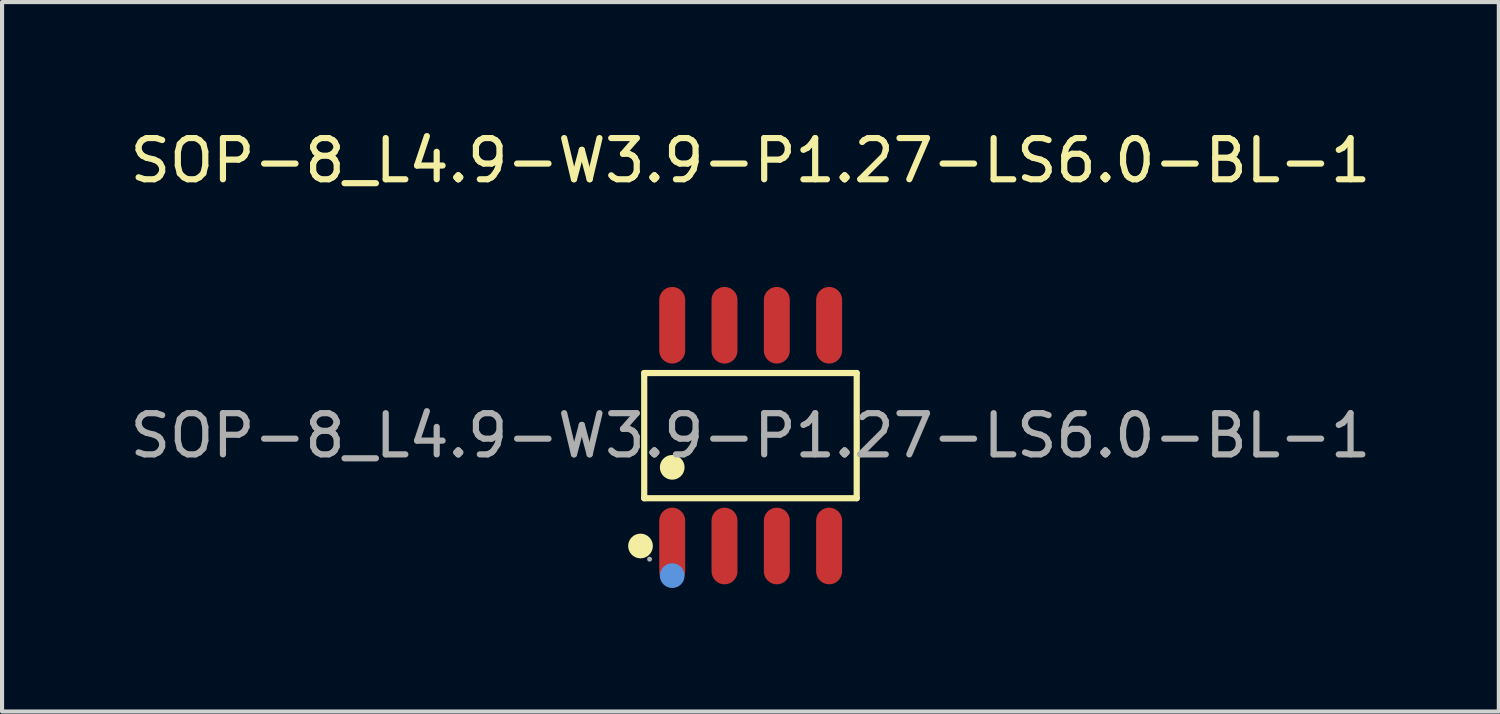
<source format=kicad_pcb>
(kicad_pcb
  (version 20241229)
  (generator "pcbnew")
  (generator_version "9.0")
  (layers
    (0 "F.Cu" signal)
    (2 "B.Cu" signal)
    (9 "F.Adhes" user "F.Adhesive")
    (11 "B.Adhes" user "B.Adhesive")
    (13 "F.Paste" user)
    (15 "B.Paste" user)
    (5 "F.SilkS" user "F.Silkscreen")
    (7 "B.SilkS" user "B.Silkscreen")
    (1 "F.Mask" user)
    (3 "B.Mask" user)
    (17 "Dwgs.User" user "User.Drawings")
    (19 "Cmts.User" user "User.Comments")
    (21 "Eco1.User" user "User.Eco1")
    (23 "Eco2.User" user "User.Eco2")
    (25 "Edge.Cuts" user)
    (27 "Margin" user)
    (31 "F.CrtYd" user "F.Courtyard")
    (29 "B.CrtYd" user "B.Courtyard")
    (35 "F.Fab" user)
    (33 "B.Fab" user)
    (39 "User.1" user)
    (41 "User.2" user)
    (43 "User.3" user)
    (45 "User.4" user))
  (footprint "SOP-8_L4.9-W3.9-P1.27-LS6.0-BL-1"
    (layer "F.Cu")
    (at 15.173 7.528)
    (property "Reference" "SOP-8_L4.9-W3.9-P1.27-LS6.0-BL-1" (at 0 -6.68 0) (layer "F.SilkS") (effects (font (size 1 1) (thickness 0.15))))
    (attr smd)
    (fp_line (start -2.58 -1.52) (end 2.58 -1.52) (stroke (width 0.15) (type solid)) (layer "F.SilkS"))
    (fp_line (start -2.58 1.52) (end -2.58 -1.52) (stroke (width 0.15) (type solid)) (layer "F.SilkS"))
    (fp_line (start 2.58 -1.52) (end 2.58 1.52) (stroke (width 0.15) (type solid)) (layer "F.SilkS"))
    (fp_line (start 2.58 1.52) (end -2.58 1.52) (stroke (width 0.15) (type solid)) (layer "F.SilkS"))
    (fp_circle (center -2.67 2.68) (end -2.52 2.68) (stroke (width 0.3) (type solid)) (fill no) (layer "F.SilkS"))
    (fp_circle (center -1.9 0.77) (end -1.75 0.77) (stroke (width 0.3) (type solid)) (fill no) (layer "F.SilkS"))
    (fp_circle (center -1.9 3.4) (end -1.75 3.4) (stroke (width 0.3) (type solid)) (fill no) (layer "Cmts.User"))
    (fp_circle (center -2.45 3) (end -2.42 3) (stroke (width 0.06) (type solid)) (fill no) (layer "F.Fab"))
    (fp_text user "${REFERENCE}" (at 0 0 0) (layer "F.Fab") (effects (font (size 1 1) (thickness 0.15))))
    (pad "1" smd oval (at -1.9 2.68) (size 0.63 1.86) (layers "F.Cu" "F.Mask" "F.Paste"))
    (pad "2" smd oval (at -0.63 2.68) (size 0.63 1.86) (layers "F.Cu" "F.Mask" "F.Paste"))
    (pad "3" smd oval (at 0.64 2.68) (size 0.63 1.86) (layers "F.Cu" "F.Mask" "F.Paste"))
    (pad "4" smd oval (at 1.91 2.68) (size 0.63 1.86) (layers "F.Cu" "F.Mask" "F.Paste"))
    (pad "5" smd oval (at 1.91 -2.68) (size 0.63 1.86) (layers "F.Cu" "F.Mask" "F.Paste"))
    (pad "6" smd oval (at 0.64 -2.68) (size 0.63 1.86) (layers "F.Cu" "F.Mask" "F.Paste"))
    (pad "7" smd oval (at -0.63 -2.68) (size 0.63 1.86) (layers "F.Cu" "F.Mask" "F.Paste"))
    (pad "8" smd oval (at -1.9 -2.68) (size 0.63 1.86) (layers "F.Cu" "F.Mask" "F.Paste")))
  (gr_rect
    (start -3 -3)
    (end 33.345 14.228)
    (stroke (width 0.1) (type default))
    (fill no)
    (layer "Edge.Cuts")))
</source>
